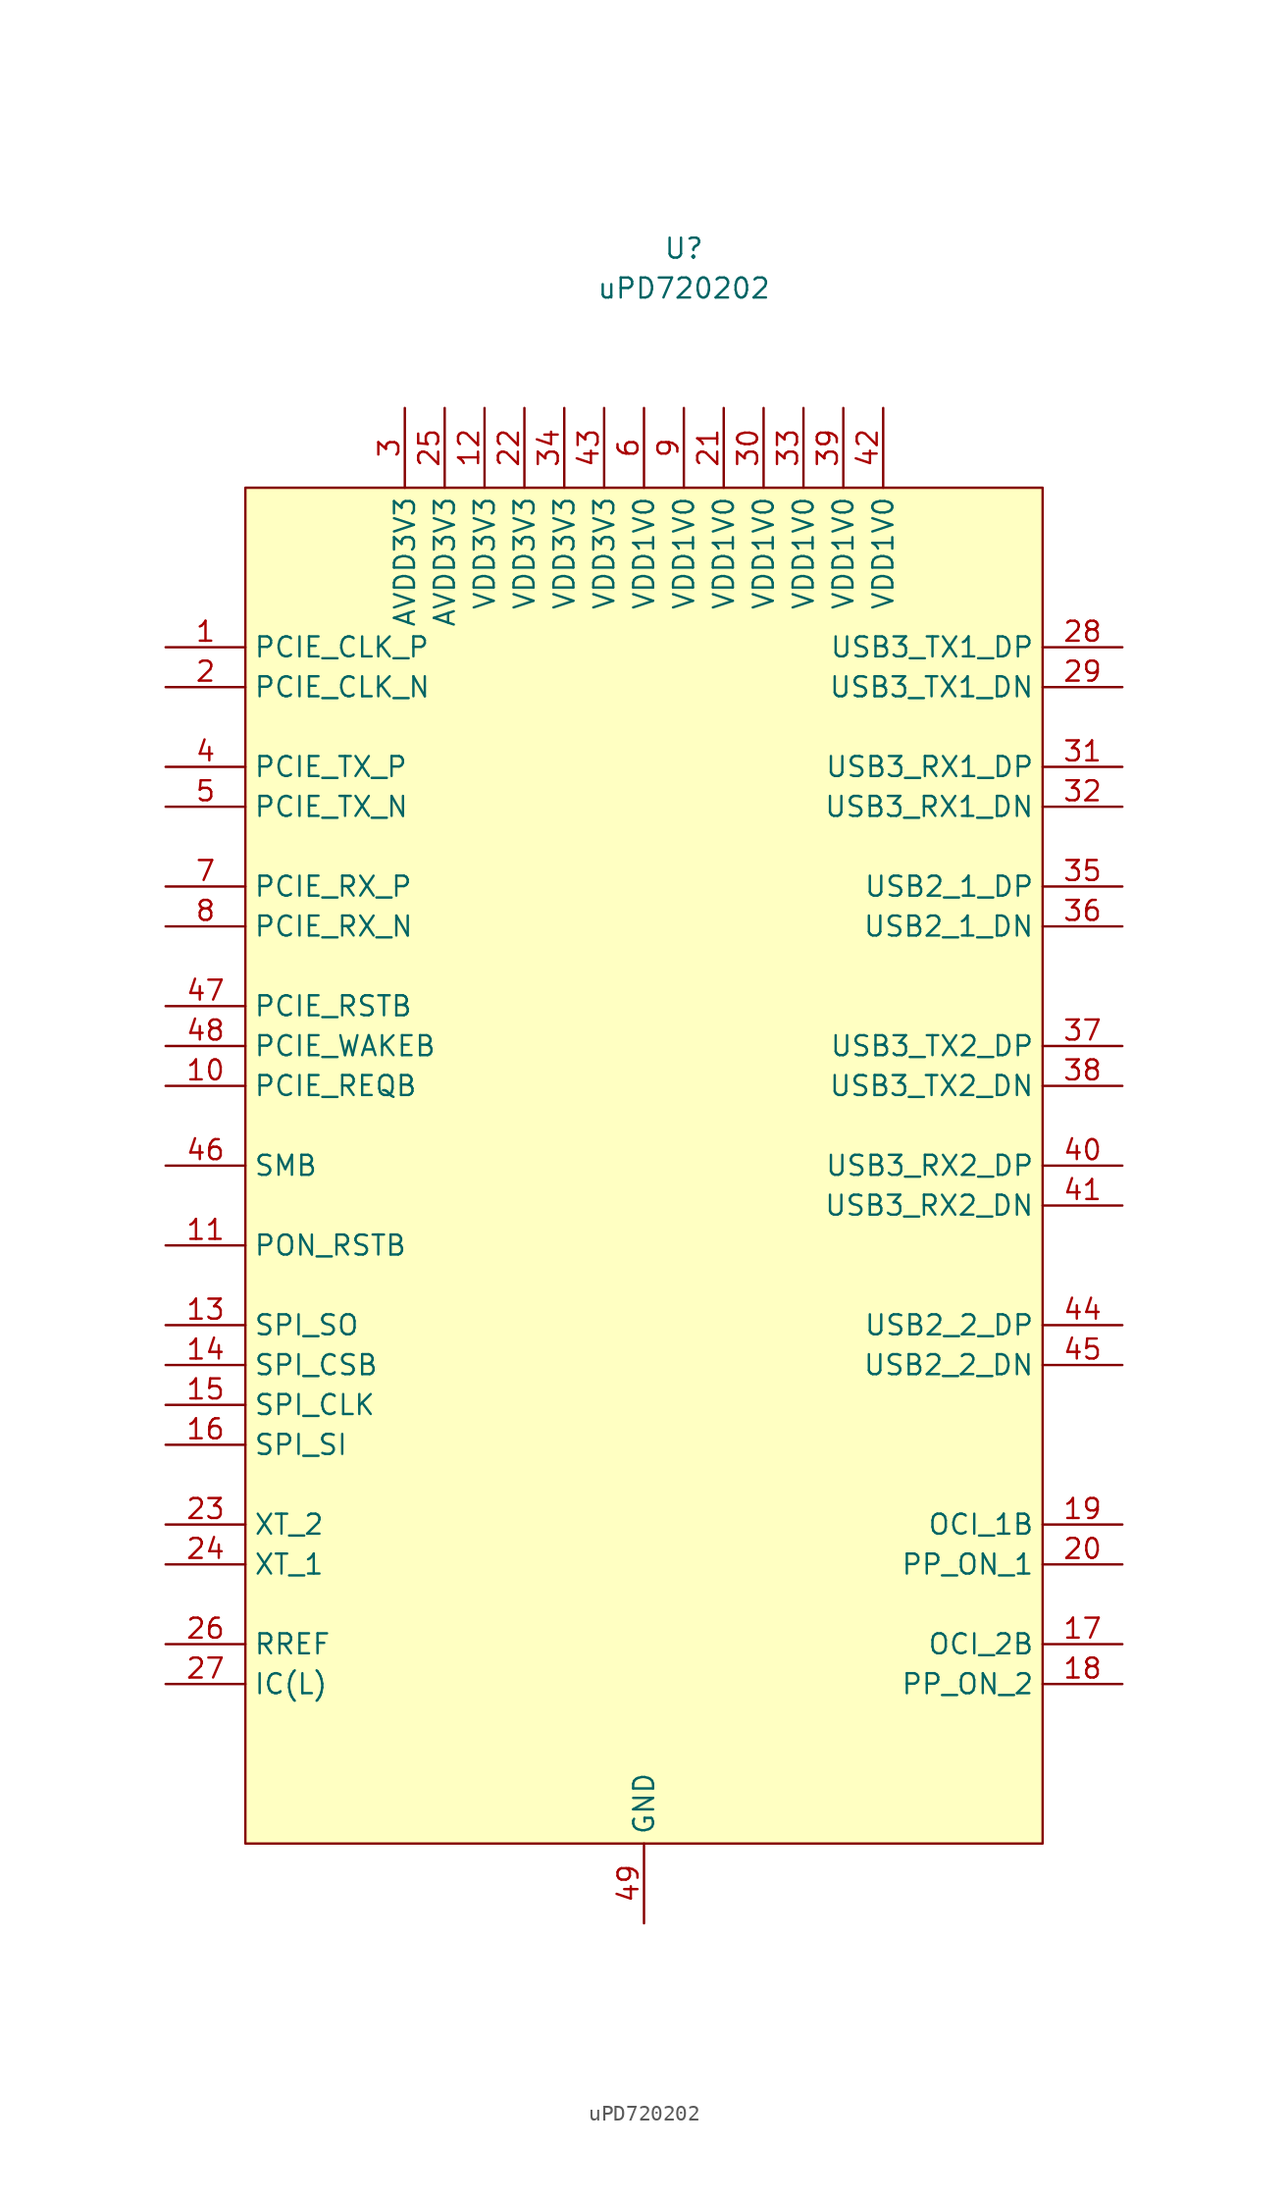
<source format=kicad_sym>
(kicad_symbol_lib
  (version 20220914)
  (generator kicad_symbol_editor)
  (symbol "uPD720202"
    (property "Reference" "U"
      (at 27.94 10.16 0)
      (effects (font (size 1.27 1.27))))
    (property "Value" "uPD720202"
      (at 27.94 7.62 0)
      (effects (font (size 1.27 1.27))))
    (symbol "uPD720202_1_1"
      (rectangle (start 0 -5.08) (end 50.8 -91.44) (stroke (width 0) (type default)) (fill (type background)))
      (pin input line (at -5.08 -15.24 0) (length 5.08) (name "PCIE_CLK_P" (effects (font (size 1.27 1.27)))) (number "1" (effects (font (size 1.27 1.27)))))
      (pin input line (at -5.08 -43.18 0) (length 5.08) (name "PCIE_REQB" (effects (font (size 1.27 1.27)))) (number "10" (effects (font (size 1.27 1.27)))))
      (pin input line (at -5.08 -53.34 0) (length 5.08) (name "PON_RSTB" (effects (font (size 1.27 1.27)))) (number "11" (effects (font (size 1.27 1.27)))))
      (pin input line (at 15.24 0 270) (length 5.08) (name "VDD3V3" (effects (font (size 1.27 1.27)))) (number "12" (effects (font (size 1.27 1.27)))))
      (pin input line (at -5.08 -58.42 0) (length 5.08) (name "SPI_SO" (effects (font (size 1.27 1.27)))) (number "13" (effects (font (size 1.27 1.27)))))
      (pin input line (at -5.08 -60.96 0) (length 5.08) (name "SPI_CSB" (effects (font (size 1.27 1.27)))) (number "14" (effects (font (size 1.27 1.27)))))
      (pin input line (at -5.08 -63.5 0) (length 5.08) (name "SPI_CLK" (effects (font (size 1.27 1.27)))) (number "15" (effects (font (size 1.27 1.27)))))
      (pin input line (at -5.08 -66.04 0) (length 5.08) (name "SPI_SI" (effects (font (size 1.27 1.27)))) (number "16" (effects (font (size 1.27 1.27)))))
      (pin input line (at 55.88 -78.74 180) (length 5.08) (name "OCI_2B" (effects (font (size 1.27 1.27)))) (number "17" (effects (font (size 1.27 1.27)))))
      (pin input line (at 55.88 -81.28 180) (length 5.08) (name "PP_ON_2" (effects (font (size 1.27 1.27)))) (number "18" (effects (font (size 1.27 1.27)))))
      (pin input line (at 55.88 -71.12 180) (length 5.08) (name "OCI_1B" (effects (font (size 1.27 1.27)))) (number "19" (effects (font (size 1.27 1.27)))))
      (pin input line (at -5.08 -17.78 0) (length 5.08) (name "PCIE_CLK_N" (effects (font (size 1.27 1.27)))) (number "2" (effects (font (size 1.27 1.27)))))
      (pin input line (at 55.88 -73.66 180) (length 5.08) (name "PP_ON_1" (effects (font (size 1.27 1.27)))) (number "20" (effects (font (size 1.27 1.27)))))
      (pin input line (at 30.48 0 270) (length 5.08) (name "VDD1V0" (effects (font (size 1.27 1.27)))) (number "21" (effects (font (size 1.27 1.27)))))
      (pin input line (at 17.78 0 270) (length 5.08) (name "VDD3V3" (effects (font (size 1.27 1.27)))) (number "22" (effects (font (size 1.27 1.27)))))
      (pin input line (at -5.08 -71.12 0) (length 5.08) (name "XT_2" (effects (font (size 1.27 1.27)))) (number "23" (effects (font (size 1.27 1.27)))))
      (pin input line (at -5.08 -73.66 0) (length 5.08) (name "XT_1" (effects (font (size 1.27 1.27)))) (number "24" (effects (font (size 1.27 1.27)))))
      (pin input line (at 12.7 0 270) (length 5.08) (name "AVDD3V3" (effects (font (size 1.27 1.27)))) (number "25" (effects (font (size 1.27 1.27)))))
      (pin input line (at -5.08 -78.74 0) (length 5.08) (name "RREF" (effects (font (size 1.27 1.27)))) (number "26" (effects (font (size 1.27 1.27)))))
      (pin input line (at -5.08 -81.28 0) (length 5.08) (name "IC(L)" (effects (font (size 1.27 1.27)))) (number "27" (effects (font (size 1.27 1.27)))))
      (pin input line (at 55.88 -15.24 180) (length 5.08) (name "USB3_TX1_DP" (effects (font (size 1.27 1.27)))) (number "28" (effects (font (size 1.27 1.27)))))
      (pin input line (at 55.88 -17.78 180) (length 5.08) (name "USB3_TX1_DN" (effects (font (size 1.27 1.27)))) (number "29" (effects (font (size 1.27 1.27)))))
      (pin input line (at 10.16 0 270) (length 5.08) (name "AVDD3V3" (effects (font (size 1.27 1.27)))) (number "3" (effects (font (size 1.27 1.27)))))
      (pin input line (at 33.02 0 270) (length 5.08) (name "VDD1V0" (effects (font (size 1.27 1.27)))) (number "30" (effects (font (size 1.27 1.27)))))
      (pin input line (at 55.88 -22.86 180) (length 5.08) (name "USB3_RX1_DP" (effects (font (size 1.27 1.27)))) (number "31" (effects (font (size 1.27 1.27)))))
      (pin input line (at 55.88 -25.4 180) (length 5.08) (name "USB3_RX1_DN" (effects (font (size 1.27 1.27)))) (number "32" (effects (font (size 1.27 1.27)))))
      (pin input line (at 35.56 0 270) (length 5.08) (name "VDD1V0" (effects (font (size 1.27 1.27)))) (number "33" (effects (font (size 1.27 1.27)))))
      (pin input line (at 20.32 0 270) (length 5.08) (name "VDD3V3" (effects (font (size 1.27 1.27)))) (number "34" (effects (font (size 1.27 1.27)))))
      (pin input line (at 55.88 -30.48 180) (length 5.08) (name "USB2_1_DP" (effects (font (size 1.27 1.27)))) (number "35" (effects (font (size 1.27 1.27)))))
      (pin input line (at 55.88 -33.02 180) (length 5.08) (name "USB2_1_DN" (effects (font (size 1.27 1.27)))) (number "36" (effects (font (size 1.27 1.27)))))
      (pin input line (at 55.88 -40.64 180) (length 5.08) (name "USB3_TX2_DP" (effects (font (size 1.27 1.27)))) (number "37" (effects (font (size 1.27 1.27)))))
      (pin input line (at 55.88 -43.18 180) (length 5.08) (name "USB3_TX2_DN" (effects (font (size 1.27 1.27)))) (number "38" (effects (font (size 1.27 1.27)))))
      (pin input line (at 38.1 0 270) (length 5.08) (name "VDD1V0" (effects (font (size 1.27 1.27)))) (number "39" (effects (font (size 1.27 1.27)))))
      (pin input line (at -5.08 -22.86 0) (length 5.08) (name "PCIE_TX_P" (effects (font (size 1.27 1.27)))) (number "4" (effects (font (size 1.27 1.27)))))
      (pin input line (at 55.88 -48.26 180) (length 5.08) (name "USB3_RX2_DP" (effects (font (size 1.27 1.27)))) (number "40" (effects (font (size 1.27 1.27)))))
      (pin input line (at 55.88 -50.8 180) (length 5.08) (name "USB3_RX2_DN" (effects (font (size 1.27 1.27)))) (number "41" (effects (font (size 1.27 1.27)))))
      (pin input line (at 40.64 0 270) (length 5.08) (name "VDD1V0" (effects (font (size 1.27 1.27)))) (number "42" (effects (font (size 1.27 1.27)))))
      (pin input line (at 22.86 0 270) (length 5.08) (name "VDD3V3" (effects (font (size 1.27 1.27)))) (number "43" (effects (font (size 1.27 1.27)))))
      (pin input line (at 55.88 -58.42 180) (length 5.08) (name "USB2_2_DP" (effects (font (size 1.27 1.27)))) (number "44" (effects (font (size 1.27 1.27)))))
      (pin input line (at 55.88 -60.96 180) (length 5.08) (name "USB2_2_DN" (effects (font (size 1.27 1.27)))) (number "45" (effects (font (size 1.27 1.27)))))
      (pin input line (at -5.08 -48.26 0) (length 5.08) (name "SMB" (effects (font (size 1.27 1.27)))) (number "46" (effects (font (size 1.27 1.27)))))
      (pin input line (at -5.08 -38.1 0) (length 5.08) (name "PCIE_RSTB" (effects (font (size 1.27 1.27)))) (number "47" (effects (font (size 1.27 1.27)))))
      (pin input line (at -5.08 -40.64 0) (length 5.08) (name "PCIE_WAKEB" (effects (font (size 1.27 1.27)))) (number "48" (effects (font (size 1.27 1.27)))))
      (pin input line (at 25.4 -96.52 90) (length 5.08) (name "GND" (effects (font (size 1.27 1.27)))) (number "49" (effects (font (size 1.27 1.27)))))
      (pin input line (at -5.08 -25.4 0) (length 5.08) (name "PCIE_TX_N" (effects (font (size 1.27 1.27)))) (number "5" (effects (font (size 1.27 1.27)))))
      (pin input line (at 25.4 0 270) (length 5.08) (name "VDD1V0" (effects (font (size 1.27 1.27)))) (number "6" (effects (font (size 1.27 1.27)))))
      (pin input line (at -5.08 -30.48 0) (length 5.08) (name "PCIE_RX_P" (effects (font (size 1.27 1.27)))) (number "7" (effects (font (size 1.27 1.27)))))
      (pin input line (at -5.08 -33.02 0) (length 5.08) (name "PCIE_RX_N" (effects (font (size 1.27 1.27)))) (number "8" (effects (font (size 1.27 1.27)))))
      (pin input line (at 27.94 0 270) (length 5.08) (name "VDD1V0" (effects (font (size 1.27 1.27)))) (number "9" (effects (font (size 1.27 1.27))))))))
</source>
